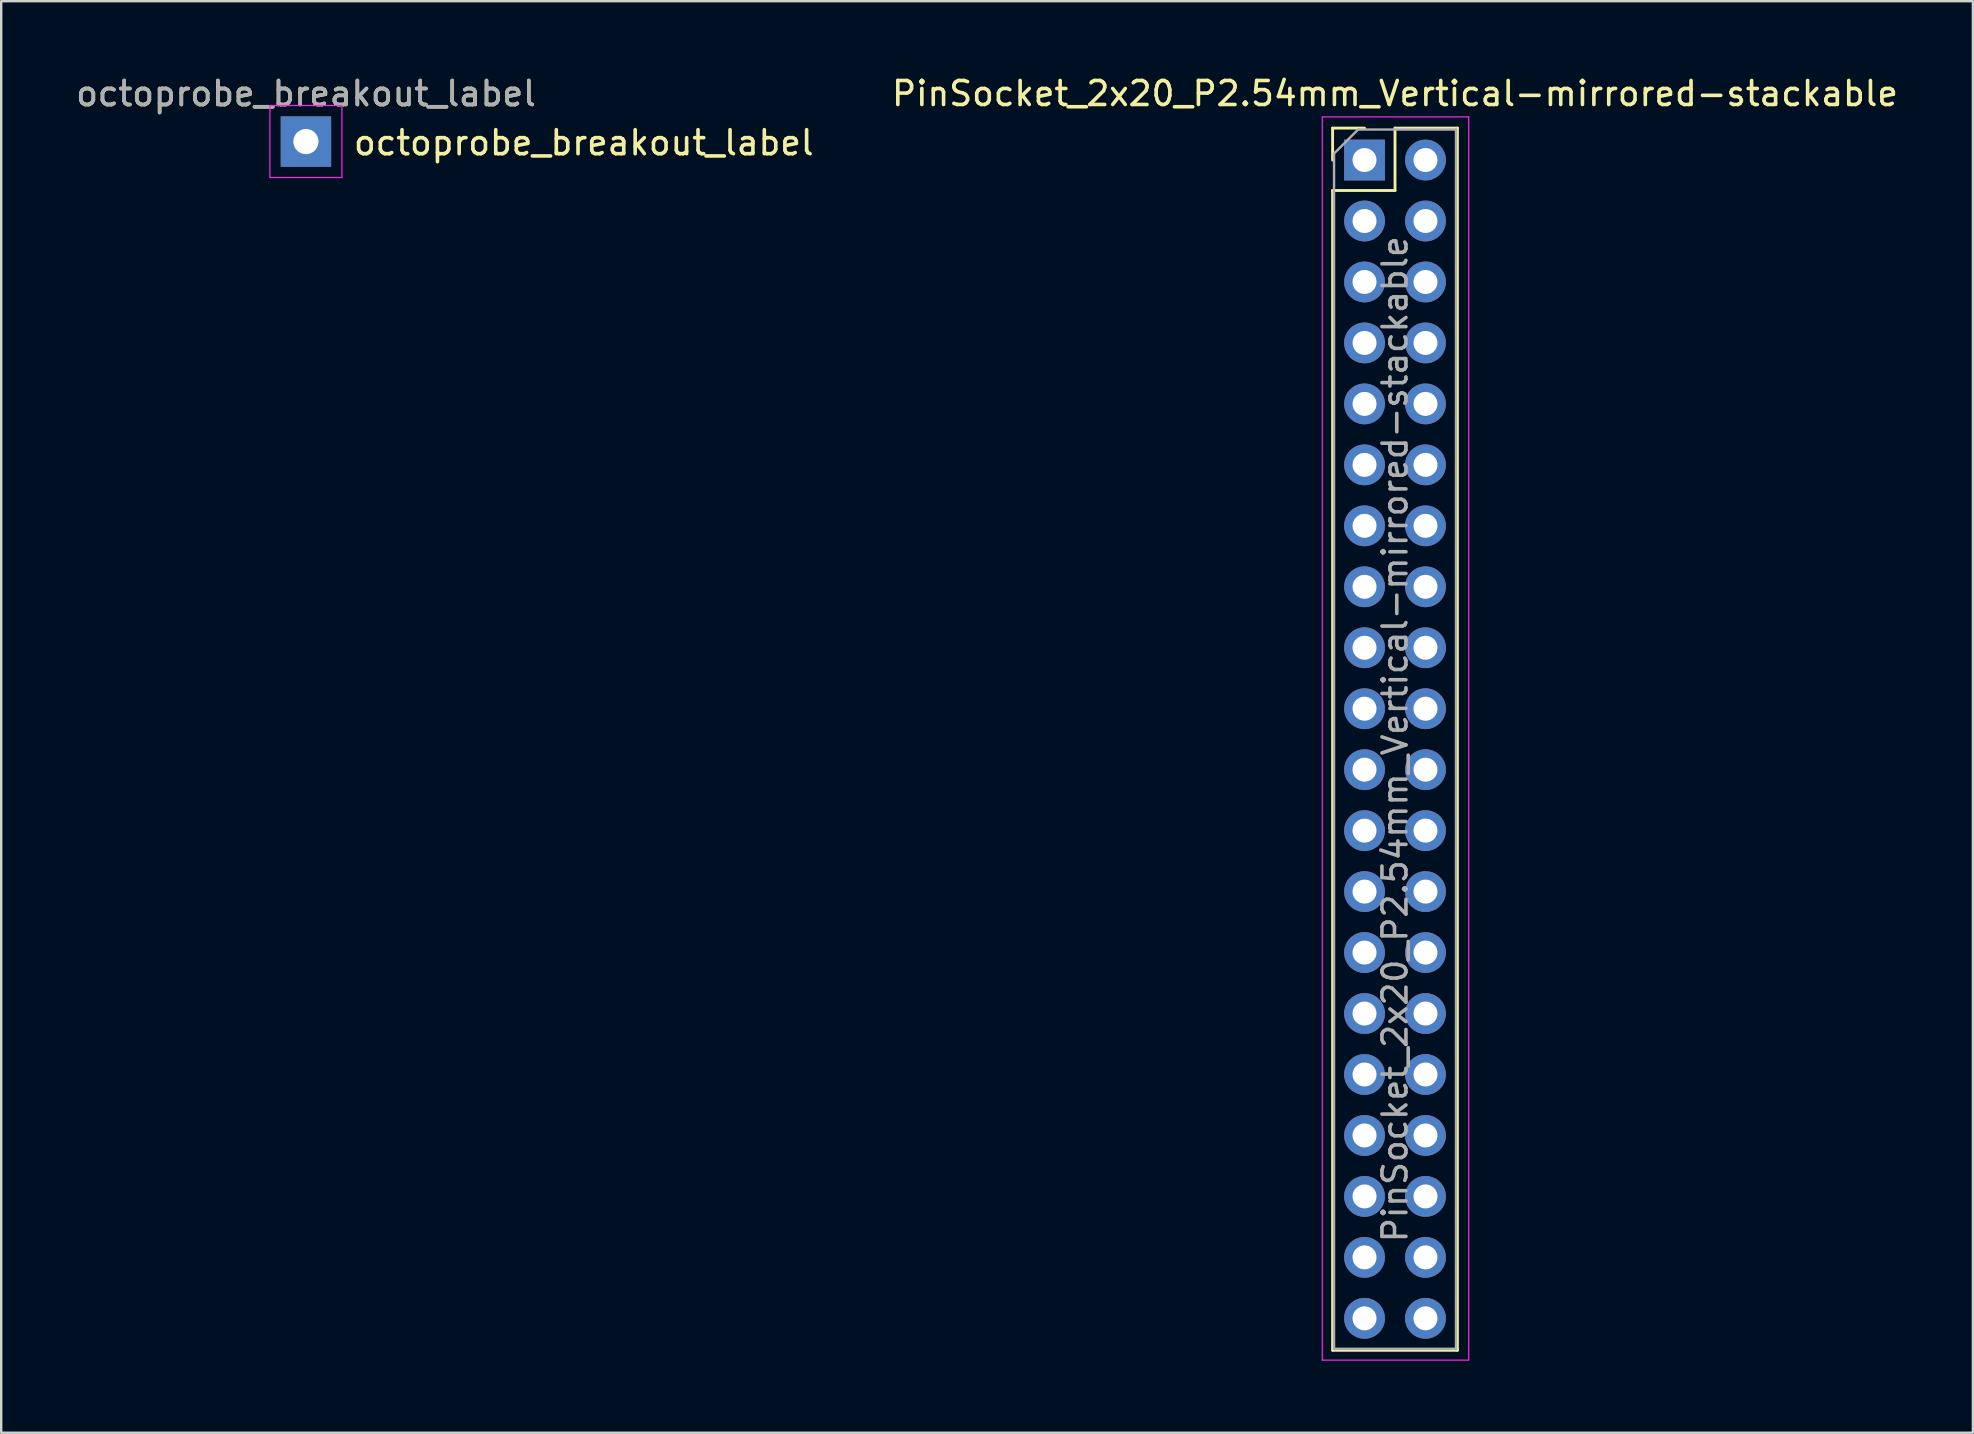
<source format=kicad_pcb>
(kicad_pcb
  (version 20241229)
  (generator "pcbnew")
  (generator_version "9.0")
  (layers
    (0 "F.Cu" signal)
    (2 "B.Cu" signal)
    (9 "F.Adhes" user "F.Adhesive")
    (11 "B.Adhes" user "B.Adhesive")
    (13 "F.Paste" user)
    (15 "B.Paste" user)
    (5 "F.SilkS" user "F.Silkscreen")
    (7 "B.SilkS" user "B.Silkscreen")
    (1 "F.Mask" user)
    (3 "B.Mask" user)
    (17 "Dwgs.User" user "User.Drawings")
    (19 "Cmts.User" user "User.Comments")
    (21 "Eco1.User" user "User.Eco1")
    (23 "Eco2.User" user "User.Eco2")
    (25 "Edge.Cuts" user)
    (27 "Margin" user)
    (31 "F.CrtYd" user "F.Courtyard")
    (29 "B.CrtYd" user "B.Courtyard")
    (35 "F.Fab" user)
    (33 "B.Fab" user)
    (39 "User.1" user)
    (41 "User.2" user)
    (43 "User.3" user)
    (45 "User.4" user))
  (footprint "PinSocket_2x20_P2.54mm_Vertical-mirrored-stackable"
    (layer "F.Cu")
    (at 56.342 3.618)
    (property "Reference" "PinSocket_2x20_P2.54mm_Vertical-mirrored-stackable" (at -1.27 -2.77 0) (layer "F.SilkS") (effects (font (size 1 1) (thickness 0.15))))
    (attr through_hole)
    (fp_line (start -3.87 -1.33) (end -3.87 0) (stroke (width 0.12) (type solid)) (layer "F.SilkS"))
    (fp_line (start -3.87 1.27) (end -3.87 49.59) (stroke (width 0.12) (type solid)) (layer "F.SilkS"))
    (fp_line (start -2.54 -1.33) (end -3.87 -1.33) (stroke (width 0.12) (type solid)) (layer "F.SilkS"))
    (fp_line (start -1.27 -1.33) (end -1.27 1.27) (stroke (width 0.12) (type solid)) (layer "F.SilkS"))
    (fp_line (start -1.27 1.27) (end -3.87 1.27) (stroke (width 0.12) (type solid)) (layer "F.SilkS"))
    (fp_line (start 1.33 -1.33) (end -1.27 -1.33) (stroke (width 0.12) (type solid)) (layer "F.SilkS"))
    (fp_line (start 1.33 -1.33) (end 1.33 49.59) (stroke (width 0.12) (type solid)) (layer "F.SilkS"))
    (fp_line (start 1.33 49.59) (end -3.87 49.59) (stroke (width 0.12) (type solid)) (layer "F.SilkS"))
    (fp_line (start -4.3 -1.8) (end -4.3 50) (stroke (width 0.05) (type solid)) (layer "F.CrtYd"))
    (fp_line (start -4.3 50) (end 1.8 50) (stroke (width 0.05) (type solid)) (layer "F.CrtYd"))
    (fp_line (start 1.8 -1.8) (end -4.3 -1.8) (stroke (width 0.05) (type solid)) (layer "F.CrtYd"))
    (fp_line (start 1.8 50) (end 1.8 -1.8) (stroke (width 0.05) (type solid)) (layer "F.CrtYd"))
    (fp_line (start -3.81 -0.27) (end -3.81 49.53) (stroke (width 0.1) (type solid)) (layer "F.Fab"))
    (fp_line (start -3.81 49.53) (end 1.27 49.53) (stroke (width 0.1) (type solid)) (layer "F.Fab"))
    (fp_line (start -2.81 -1.27) (end -3.81 -0.27) (stroke (width 0.1) (type solid)) (layer "F.Fab"))
    (fp_line (start 1.27 -1.27) (end -2.81 -1.27) (stroke (width 0.1) (type solid)) (layer "F.Fab"))
    (fp_line (start 1.27 49.53) (end 1.27 -1.27) (stroke (width 0.1) (type solid)) (layer "F.Fab"))
    (fp_text user "${REFERENCE}" (at -1.27 24.13 90) (layer "F.Fab") (effects (font (size 1 1) (thickness 0.15))))
    (pad "1" thru_hole rect (at -2.54 0) (size 1.7 1.7) (drill 1) (layers "*.Cu" "*.Mask"))
    (pad "2" thru_hole oval (at 0 0) (size 1.7 1.7) (drill 1) (layers "*.Cu" "*.Mask"))
    (pad "3" thru_hole oval (at -2.54 2.54) (size 1.7 1.7) (drill 1) (layers "*.Cu" "*.Mask"))
    (pad "4" thru_hole oval (at 0 2.54) (size 1.7 1.7) (drill 1) (layers "*.Cu" "*.Mask"))
    (pad "5" thru_hole oval (at -2.54 5.08) (size 1.7 1.7) (drill 1) (layers "*.Cu" "*.Mask"))
    (pad "6" thru_hole oval (at 0 5.08) (size 1.7 1.7) (drill 1) (layers "*.Cu" "*.Mask"))
    (pad "7" thru_hole oval (at -2.54 7.62) (size 1.7 1.7) (drill 1) (layers "*.Cu" "*.Mask"))
    (pad "8" thru_hole oval (at 0 7.62) (size 1.7 1.7) (drill 1) (layers "*.Cu" "*.Mask"))
    (pad "9" thru_hole oval (at -2.54 10.16) (size 1.7 1.7) (drill 1) (layers "*.Cu" "*.Mask"))
    (pad "10" thru_hole oval (at 0 10.16) (size 1.7 1.7) (drill 1) (layers "*.Cu" "*.Mask"))
    (pad "11" thru_hole oval (at -2.54 12.7) (size 1.7 1.7) (drill 1) (layers "*.Cu" "*.Mask"))
    (pad "12" thru_hole oval (at 0 12.7) (size 1.7 1.7) (drill 1) (layers "*.Cu" "*.Mask"))
    (pad "13" thru_hole oval (at -2.54 15.24) (size 1.7 1.7) (drill 1) (layers "*.Cu" "*.Mask"))
    (pad "14" thru_hole oval (at 0 15.24) (size 1.7 1.7) (drill 1) (layers "*.Cu" "*.Mask"))
    (pad "15" thru_hole oval (at -2.54 17.78) (size 1.7 1.7) (drill 1) (layers "*.Cu" "*.Mask"))
    (pad "16" thru_hole oval (at 0 17.78) (size 1.7 1.7) (drill 1) (layers "*.Cu" "*.Mask"))
    (pad "17" thru_hole oval (at -2.54 20.32) (size 1.7 1.7) (drill 1) (layers "*.Cu" "*.Mask"))
    (pad "18" thru_hole oval (at 0 20.32) (size 1.7 1.7) (drill 1) (layers "*.Cu" "*.Mask"))
    (pad "19" thru_hole oval (at -2.54 22.86) (size 1.7 1.7) (drill 1) (layers "*.Cu" "*.Mask"))
    (pad "20" thru_hole oval (at 0 22.86) (size 1.7 1.7) (drill 1) (layers "*.Cu" "*.Mask"))
    (pad "21" thru_hole oval (at -2.54 25.4) (size 1.7 1.7) (drill 1) (layers "*.Cu" "*.Mask"))
    (pad "22" thru_hole oval (at 0 25.4) (size 1.7 1.7) (drill 1) (layers "*.Cu" "*.Mask"))
    (pad "23" thru_hole oval (at -2.54 27.94) (size 1.7 1.7) (drill 1) (layers "*.Cu" "*.Mask"))
    (pad "24" thru_hole oval (at 0 27.94) (size 1.7 1.7) (drill 1) (layers "*.Cu" "*.Mask"))
    (pad "25" thru_hole oval (at -2.54 30.48) (size 1.7 1.7) (drill 1) (layers "*.Cu" "*.Mask"))
    (pad "26" thru_hole oval (at 0 30.48) (size 1.7 1.7) (drill 1) (layers "*.Cu" "*.Mask"))
    (pad "27" thru_hole oval (at -2.54 33.02) (size 1.7 1.7) (drill 1) (layers "*.Cu" "*.Mask"))
    (pad "28" thru_hole oval (at 0 33.02) (size 1.7 1.7) (drill 1) (layers "*.Cu" "*.Mask"))
    (pad "29" thru_hole oval (at -2.54 35.56) (size 1.7 1.7) (drill 1) (layers "*.Cu" "*.Mask"))
    (pad "30" thru_hole oval (at 0 35.56) (size 1.7 1.7) (drill 1) (layers "*.Cu" "*.Mask"))
    (pad "31" thru_hole oval (at -2.54 38.1) (size 1.7 1.7) (drill 1) (layers "*.Cu" "*.Mask"))
    (pad "32" thru_hole oval (at 0 38.1) (size 1.7 1.7) (drill 1) (layers "*.Cu" "*.Mask"))
    (pad "33" thru_hole oval (at -2.54 40.64) (size 1.7 1.7) (drill 1) (layers "*.Cu" "*.Mask"))
    (pad "34" thru_hole oval (at 0 40.64) (size 1.7 1.7) (drill 1) (layers "*.Cu" "*.Mask"))
    (pad "35" thru_hole oval (at -2.54 43.18) (size 1.7 1.7) (drill 1) (layers "*.Cu" "*.Mask"))
    (pad "36" thru_hole oval (at 0 43.18) (size 1.7 1.7) (drill 1) (layers "*.Cu" "*.Mask"))
    (pad "37" thru_hole oval (at -2.54 45.72) (size 1.7 1.7) (drill 1) (layers "*.Cu" "*.Mask"))
    (pad "38" thru_hole oval (at 0 45.72) (size 1.7 1.7) (drill 1) (layers "*.Cu" "*.Mask"))
    (pad "39" thru_hole oval (at -2.54 48.26) (size 1.7 1.7) (drill 1) (layers "*.Cu" "*.Mask"))
    (pad "40" thru_hole oval (at 0 48.26) (size 1.7 1.7) (drill 1) (layers "*.Cu" "*.Mask")))
  (footprint "octoprobe_breakout_label"
    (layer "F.Cu")
    (at 9.696 2.848)
    (property "Reference" "octoprobe_breakout_label" (at 0 -1.998 0) (layer "F.SilkS") (effects (font (size 1 1) (thickness 0.15))))
    (property "Value" "octoprobe_breakout_label" (at 0 2.05 0) (layer "F.Fab") (hide yes) (effects (font (size 1 1) (thickness 0.15))))
    (attr exclude_from_pos_files exclude_from_bom)
    (fp_line (start -1.5 -1.5) (end -1.5 1.5) (stroke (width 0.05) (type solid)) (layer "F.CrtYd"))
    (fp_line (start -1.5 -1.5) (end 1.5 -1.5) (stroke (width 0.05) (type solid)) (layer "F.CrtYd"))
    (fp_line (start 1.5 1.5) (end -1.5 1.5) (stroke (width 0.05) (type solid)) (layer "F.CrtYd"))
    (fp_line (start 1.5 1.5) (end 1.5 -1.5) (stroke (width 0.05) (type solid)) (layer "F.CrtYd"))
    (fp_text user "${VALUE}" (at 1.905 0.635 0) (unlocked yes) (layer "F.SilkS") (effects (font (size 1 1) (thickness 0.15)) (justify left bottom)))
    (fp_text user "${REFERENCE}" (at 0 -2 0) (layer "F.Fab") (effects (font (size 1 1) (thickness 0.15))))
    (pad "1" thru_hole rect (at 0 0) (size 2.1 2.1) (drill 1.05) (layers "*.Cu" "*.Mask")))
  (gr_rect
    (start -3 -3)
    (end 79.149 56.643)
    (stroke (width 0.1) (type default))
    (fill no)
    (layer "Edge.Cuts")))
</source>
